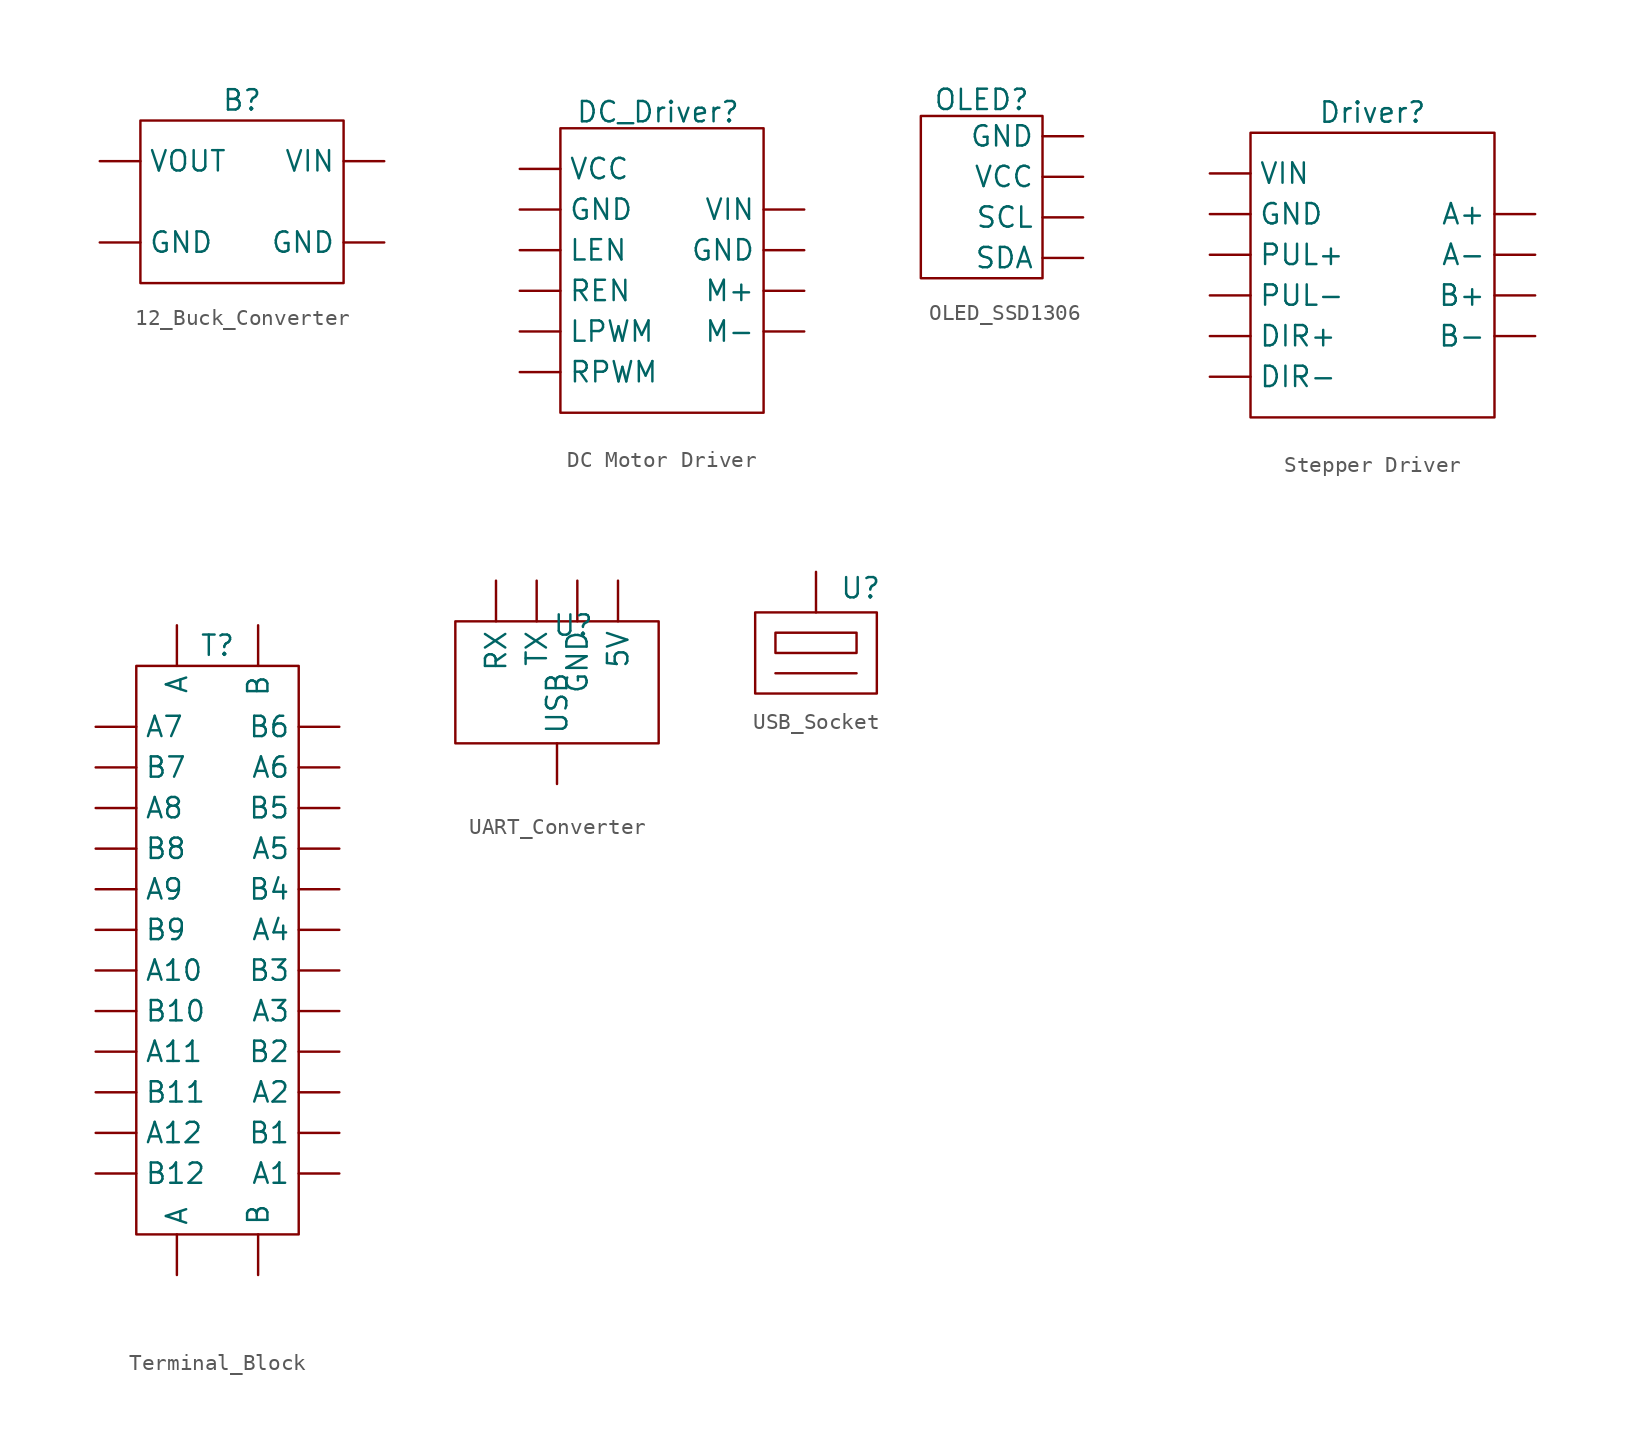
<source format=kicad_sym>
(kicad_symbol_lib
  (version 20231120)
  (generator "kicad_symbol_editor")
  (generator_version "8.0")
  (symbol "12_Buck_Converter"
    (property "Reference" "B"
      (at 0 6.35 0)
      (effects (font (size 1.27 1.27))))
    (property "Value" ""
      (at 0 0 0)
      (effects (font (size 1.27 1.27))))
    (symbol "12_Buck_Converter_0_1"
      (rectangle (start -6.35 5.08) (end 6.35 -5.08) (stroke (width 0) (type default)) (fill (type none))))
    (symbol "12_Buck_Converter_1_1"
      (pin passive line (at -8.89 -2.54 0) (length 2.54) (name "GND" (effects (font (size 1.27 1.27)))) (number "" (effects (font (size 1.27 1.27)))))
      (pin passive line (at 8.89 -2.54 180) (length 2.54) (name "GND" (effects (font (size 1.27 1.27)))) (number "" (effects (font (size 1.27 1.27)))))
      (pin power_in line (at 8.89 2.54 180) (length 2.54) (name "VIN" (effects (font (size 1.27 1.27)))) (number "" (effects (font (size 1.27 1.27)))))
      (pin power_out line (at -8.89 2.54 0) (length 2.54) (name "VOUT" (effects (font (size 1.27 1.27)))) (number "" (effects (font (size 1.27 1.27)))))))
  (symbol "DC Motor Driver"
    (property "Reference" "DC_Driver"
      (at -0.254 9.906 0)
      (effects (font (size 1.27 1.27))))
    (property "Value" ""
      (at 0 0 0)
      (effects (font (size 1.27 1.27))))
    (symbol "DC Motor Driver_0_1"
      (rectangle (start -6.35 8.89) (end 6.35 -8.89) (stroke (width 0) (type default)) (fill (type none))))
    (symbol "DC Motor Driver_1_1"
      (pin power_in line (at -8.89 3.81 0) (length 2.54) (name "GND" (effects (font (size 1.27 1.27)))) (number "" (effects (font (size 1.27 1.27)))))
      (pin power_in line (at 8.89 1.27 180) (length 2.54) (name "GND" (effects (font (size 1.27 1.27)))) (number "" (effects (font (size 1.27 1.27)))))
      (pin input line (at -8.89 1.27 0) (length 2.54) (name "LEN" (effects (font (size 1.27 1.27)))) (number "" (effects (font (size 1.27 1.27)))))
      (pin input line (at -8.89 -3.81 0) (length 2.54) (name "LPWM" (effects (font (size 1.27 1.27)))) (number "" (effects (font (size 1.27 1.27)))))
      (pin power_out line (at 8.89 -1.27 180) (length 2.54) (name "M+" (effects (font (size 1.27 1.27)))) (number "" (effects (font (size 1.27 1.27)))))
      (pin power_out line (at 8.89 -3.81 180) (length 2.54) (name "M-" (effects (font (size 1.27 1.27)))) (number "" (effects (font (size 1.27 1.27)))))
      (pin input line (at -8.89 -1.27 0) (length 2.54) (name "REN" (effects (font (size 1.27 1.27)))) (number "" (effects (font (size 1.27 1.27)))))
      (pin input line (at -8.89 -6.35 0) (length 2.54) (name "RPWM" (effects (font (size 1.27 1.27)))) (number "" (effects (font (size 1.27 1.27)))))
      (pin power_in line (at -8.89 6.35 0) (length 2.54) (name "VCC" (effects (font (size 1.27 1.27)))) (number "" (effects (font (size 1.27 1.27)))))
      (pin power_in line (at 8.89 3.81 180) (length 2.54) (name "VIN" (effects (font (size 1.27 1.27)))) (number "" (effects (font (size 1.27 1.27)))))))
  (symbol "OLED_SSD1306"
    (property "Reference" "OLED"
      (at 0 6.096 0)
      (effects (font (size 1.27 1.27))))
    (property "Value" ""
      (at 0 0 0)
      (effects (font (size 1.27 1.27))))
    (symbol "OLED_SSD1306_0_1"
      (rectangle (start -3.81 5.08) (end 3.81 -5.08) (stroke (width 0) (type default)) (fill (type none))))
    (symbol "OLED_SSD1306_1_1"
      (pin power_in line (at 6.35 3.81 180) (length 2.54) (name "GND" (effects (font (size 1.27 1.27)))) (number "" (effects (font (size 1.27 1.27)))))
      (pin input line (at 6.35 -1.27 180) (length 2.54) (name "SCL" (effects (font (size 1.27 1.27)))) (number "" (effects (font (size 1.27 1.27)))))
      (pin input line (at 6.35 -3.81 180) (length 2.54) (name "SDA" (effects (font (size 1.27 1.27)))) (number "" (effects (font (size 1.27 1.27)))))
      (pin power_in line (at 6.35 1.27 180) (length 2.54) (name "VCC" (effects (font (size 1.27 1.27)))) (number "" (effects (font (size 1.27 1.27)))))))
  (symbol "Stepper Driver"
    (property "Reference" "Driver"
      (at 0 10.16 0)
      (effects (font (size 1.27 1.27))))
    (property "Value" ""
      (at 0 0 0)
      (effects (font (size 1.27 1.27))))
    (symbol "Stepper Driver_0_1"
      (rectangle (start -7.62 8.89) (end 7.62 -8.89) (stroke (width 0) (type default)) (fill (type none))))
    (symbol "Stepper Driver_1_1"
      (pin output line (at 10.16 3.81 180) (length 2.54) (name "A+" (effects (font (size 1.27 1.27)))) (number "" (effects (font (size 1.27 1.27)))))
      (pin output line (at 10.16 1.27 180) (length 2.54) (name "A-" (effects (font (size 1.27 1.27)))) (number "" (effects (font (size 1.27 1.27)))))
      (pin output line (at 10.16 -1.27 180) (length 2.54) (name "B+" (effects (font (size 1.27 1.27)))) (number "" (effects (font (size 1.27 1.27)))))
      (pin output line (at 10.16 -3.81 180) (length 2.54) (name "B-" (effects (font (size 1.27 1.27)))) (number "" (effects (font (size 1.27 1.27)))))
      (pin output line (at -10.16 -3.81 0) (length 2.54) (name "DIR+" (effects (font (size 1.27 1.27)))) (number "" (effects (font (size 1.27 1.27)))))
      (pin output line (at -10.16 -6.35 0) (length 2.54) (name "DIR-" (effects (font (size 1.27 1.27)))) (number "" (effects (font (size 1.27 1.27)))))
      (pin power_in line (at -10.16 3.81 0) (length 2.54) (name "GND" (effects (font (size 1.27 1.27)))) (number "" (effects (font (size 1.27 1.27)))))
      (pin output line (at -10.16 1.27 0) (length 2.54) (name "PUL+" (effects (font (size 1.27 1.27)))) (number "" (effects (font (size 1.27 1.27)))))
      (pin output line (at -10.16 -1.27 0) (length 2.54) (name "PUL-" (effects (font (size 1.27 1.27)))) (number "" (effects (font (size 1.27 1.27)))))
      (pin power_in line (at -10.16 6.35 0) (length 2.54) (name "VIN" (effects (font (size 1.27 1.27)))) (number "" (effects (font (size 1.27 1.27)))))))
  (symbol "Terminal_Block"
    (property "Reference" "T"
      (at 0 19.05 0)
      (effects (font (size 1.27 1.27))))
    (property "Value" ""
      (at 0 0 0)
      (effects (font (size 1.27 1.27))))
    (symbol "Terminal_Block_0_1"
      (rectangle (start -5.08 17.78) (end 5.08 -17.78) (stroke (width 0) (type default)) (fill (type none))))
    (symbol "Terminal_Block_1_1"
      (pin passive line (at -2.54 -20.32 90) (length 2.54) (name "A" (effects (font (size 1.27 1.27)))) (number "" (effects (font (size 1.27 1.27)))))
      (pin passive line (at -2.54 20.32 270) (length 2.54) (name "A" (effects (font (size 1.27 1.27)))) (number "" (effects (font (size 1.27 1.27)))))
      (pin passive line (at 7.62 -13.97 180) (length 2.54) (name "A1" (effects (font (size 1.27 1.27)))) (number "" (effects (font (size 1.27 1.27)))))
      (pin passive line (at -7.62 -1.27 0) (length 2.54) (name "A10" (effects (font (size 1.27 1.27)))) (number "" (effects (font (size 1.27 1.27)))))
      (pin passive line (at -7.62 -6.35 0) (length 2.54) (name "A11" (effects (font (size 1.27 1.27)))) (number "" (effects (font (size 1.27 1.27)))))
      (pin passive line (at -7.62 -11.43 0) (length 2.54) (name "A12" (effects (font (size 1.27 1.27)))) (number "" (effects (font (size 1.27 1.27)))))
      (pin passive line (at 7.62 -8.89 180) (length 2.54) (name "A2" (effects (font (size 1.27 1.27)))) (number "" (effects (font (size 1.27 1.27)))))
      (pin passive line (at 7.62 -3.81 180) (length 2.54) (name "A3" (effects (font (size 1.27 1.27)))) (number "" (effects (font (size 1.27 1.27)))))
      (pin passive line (at 7.62 1.27 180) (length 2.54) (name "A4" (effects (font (size 1.27 1.27)))) (number "" (effects (font (size 1.27 1.27)))))
      (pin passive line (at 7.62 6.35 180) (length 2.54) (name "A5" (effects (font (size 1.27 1.27)))) (number "" (effects (font (size 1.27 1.27)))))
      (pin passive line (at 7.62 11.43 180) (length 2.54) (name "A6" (effects (font (size 1.27 1.27)))) (number "" (effects (font (size 1.27 1.27)))))
      (pin passive line (at -7.62 13.97 0) (length 2.54) (name "A7" (effects (font (size 1.27 1.27)))) (number "" (effects (font (size 1.27 1.27)))))
      (pin passive line (at -7.62 8.89 0) (length 2.54) (name "A8" (effects (font (size 1.27 1.27)))) (number "" (effects (font (size 1.27 1.27)))))
      (pin passive line (at -7.62 3.81 0) (length 2.54) (name "A9" (effects (font (size 1.27 1.27)))) (number "" (effects (font (size 1.27 1.27)))))
      (pin passive line (at 2.54 -20.32 90) (length 2.54) (name "B" (effects (font (size 1.27 1.27)))) (number "" (effects (font (size 1.27 1.27)))))
      (pin passive line (at 2.54 20.32 270) (length 2.54) (name "B" (effects (font (size 1.27 1.27)))) (number "" (effects (font (size 1.27 1.27)))))
      (pin passive line (at 7.62 -11.43 180) (length 2.54) (name "B1" (effects (font (size 1.27 1.27)))) (number "" (effects (font (size 1.27 1.27)))))
      (pin passive line (at -7.62 -3.81 0) (length 2.54) (name "B10" (effects (font (size 1.27 1.27)))) (number "" (effects (font (size 1.27 1.27)))))
      (pin passive line (at -7.62 -8.89 0) (length 2.54) (name "B11" (effects (font (size 1.27 1.27)))) (number "" (effects (font (size 1.27 1.27)))))
      (pin passive line (at -7.62 -13.97 0) (length 2.54) (name "B12" (effects (font (size 1.27 1.27)))) (number "" (effects (font (size 1.27 1.27)))))
      (pin passive line (at 7.62 -6.35 180) (length 2.54) (name "B2" (effects (font (size 1.27 1.27)))) (number "" (effects (font (size 1.27 1.27)))))
      (pin passive line (at 7.62 -1.27 180) (length 2.54) (name "B3" (effects (font (size 1.27 1.27)))) (number "" (effects (font (size 1.27 1.27)))))
      (pin passive line (at 7.62 3.81 180) (length 2.54) (name "B4" (effects (font (size 1.27 1.27)))) (number "" (effects (font (size 1.27 1.27)))))
      (pin passive line (at 7.62 8.89 180) (length 2.54) (name "B5" (effects (font (size 1.27 1.27)))) (number "" (effects (font (size 1.27 1.27)))))
      (pin passive line (at 7.62 13.97 180) (length 2.54) (name "B6" (effects (font (size 1.27 1.27)))) (number "" (effects (font (size 1.27 1.27)))))
      (pin passive line (at -7.62 11.43 0) (length 2.54) (name "B7" (effects (font (size 1.27 1.27)))) (number "" (effects (font (size 1.27 1.27)))))
      (pin passive line (at -7.62 6.35 0) (length 2.54) (name "B8" (effects (font (size 1.27 1.27)))) (number "" (effects (font (size 1.27 1.27)))))
      (pin passive line (at -7.62 1.27 0) (length 2.54) (name "B9" (effects (font (size 1.27 1.27)))) (number "" (effects (font (size 1.27 1.27)))))))
  (symbol "UART_Converter"
    (property "Reference" "U"
      (at 1.016 2.286 0)
      (effects (font (size 1.27 1.27))))
    (property "Value" ""
      (at 0 0 0)
      (effects (font (size 1.27 1.27))))
    (symbol "UART_Converter_0_1"
      (rectangle (start -6.35 2.54) (end 6.35 -5.08) (stroke (width 0) (type default)) (fill (type none))))
    (symbol "UART_Converter_1_1"
      (pin passive line (at 3.81 5.08 270) (length 2.54) (name "5V" (effects (font (size 1.27 1.27)))) (number "" (effects (font (size 1.27 1.27)))))
      (pin passive line (at 1.27 5.08 270) (length 2.54) (name "GND" (effects (font (size 1.27 1.27)))) (number "" (effects (font (size 1.27 1.27)))))
      (pin passive line (at -3.81 5.08 270) (length 2.54) (name "RX" (effects (font (size 1.27 1.27)))) (number "" (effects (font (size 1.27 1.27)))))
      (pin passive line (at -1.27 5.08 270) (length 2.54) (name "TX" (effects (font (size 1.27 1.27)))) (number "" (effects (font (size 1.27 1.27)))))
      (pin passive line (at 0 -7.62 90) (length 2.54) (name "USB" (effects (font (size 1.27 1.27)))) (number "" (effects (font (size 1.27 1.27)))))))
  (symbol "USB_Socket"
    (property "Reference" "U"
      (at 2.794 4.064 0)
      (effects (font (size 1.27 1.27))))
    (property "Value" ""
      (at 0 0 0)
      (effects (font (size 1.27 1.27))))
    (symbol "USB_Socket_0_1"
      (rectangle (start -3.81 2.54) (end 3.81 -2.54) (stroke (width 0) (type default)) (fill (type none)))
      (rectangle (start -2.54 1.27) (end 2.54 0) (stroke (width 0) (type default)) (fill (type none)))
      (polyline (pts (xy -2.54 -1.27) (xy 2.54 -1.27)) (stroke (width 0) (type default)) (fill (type none))))
    (symbol "USB_Socket_1_1"
      (pin passive line (at 0 5.08 270) (length 2.54) (name "" (effects (font (size 1.27 1.27)))) (number "" (effects (font (size 1.27 1.27))))))))
</source>
